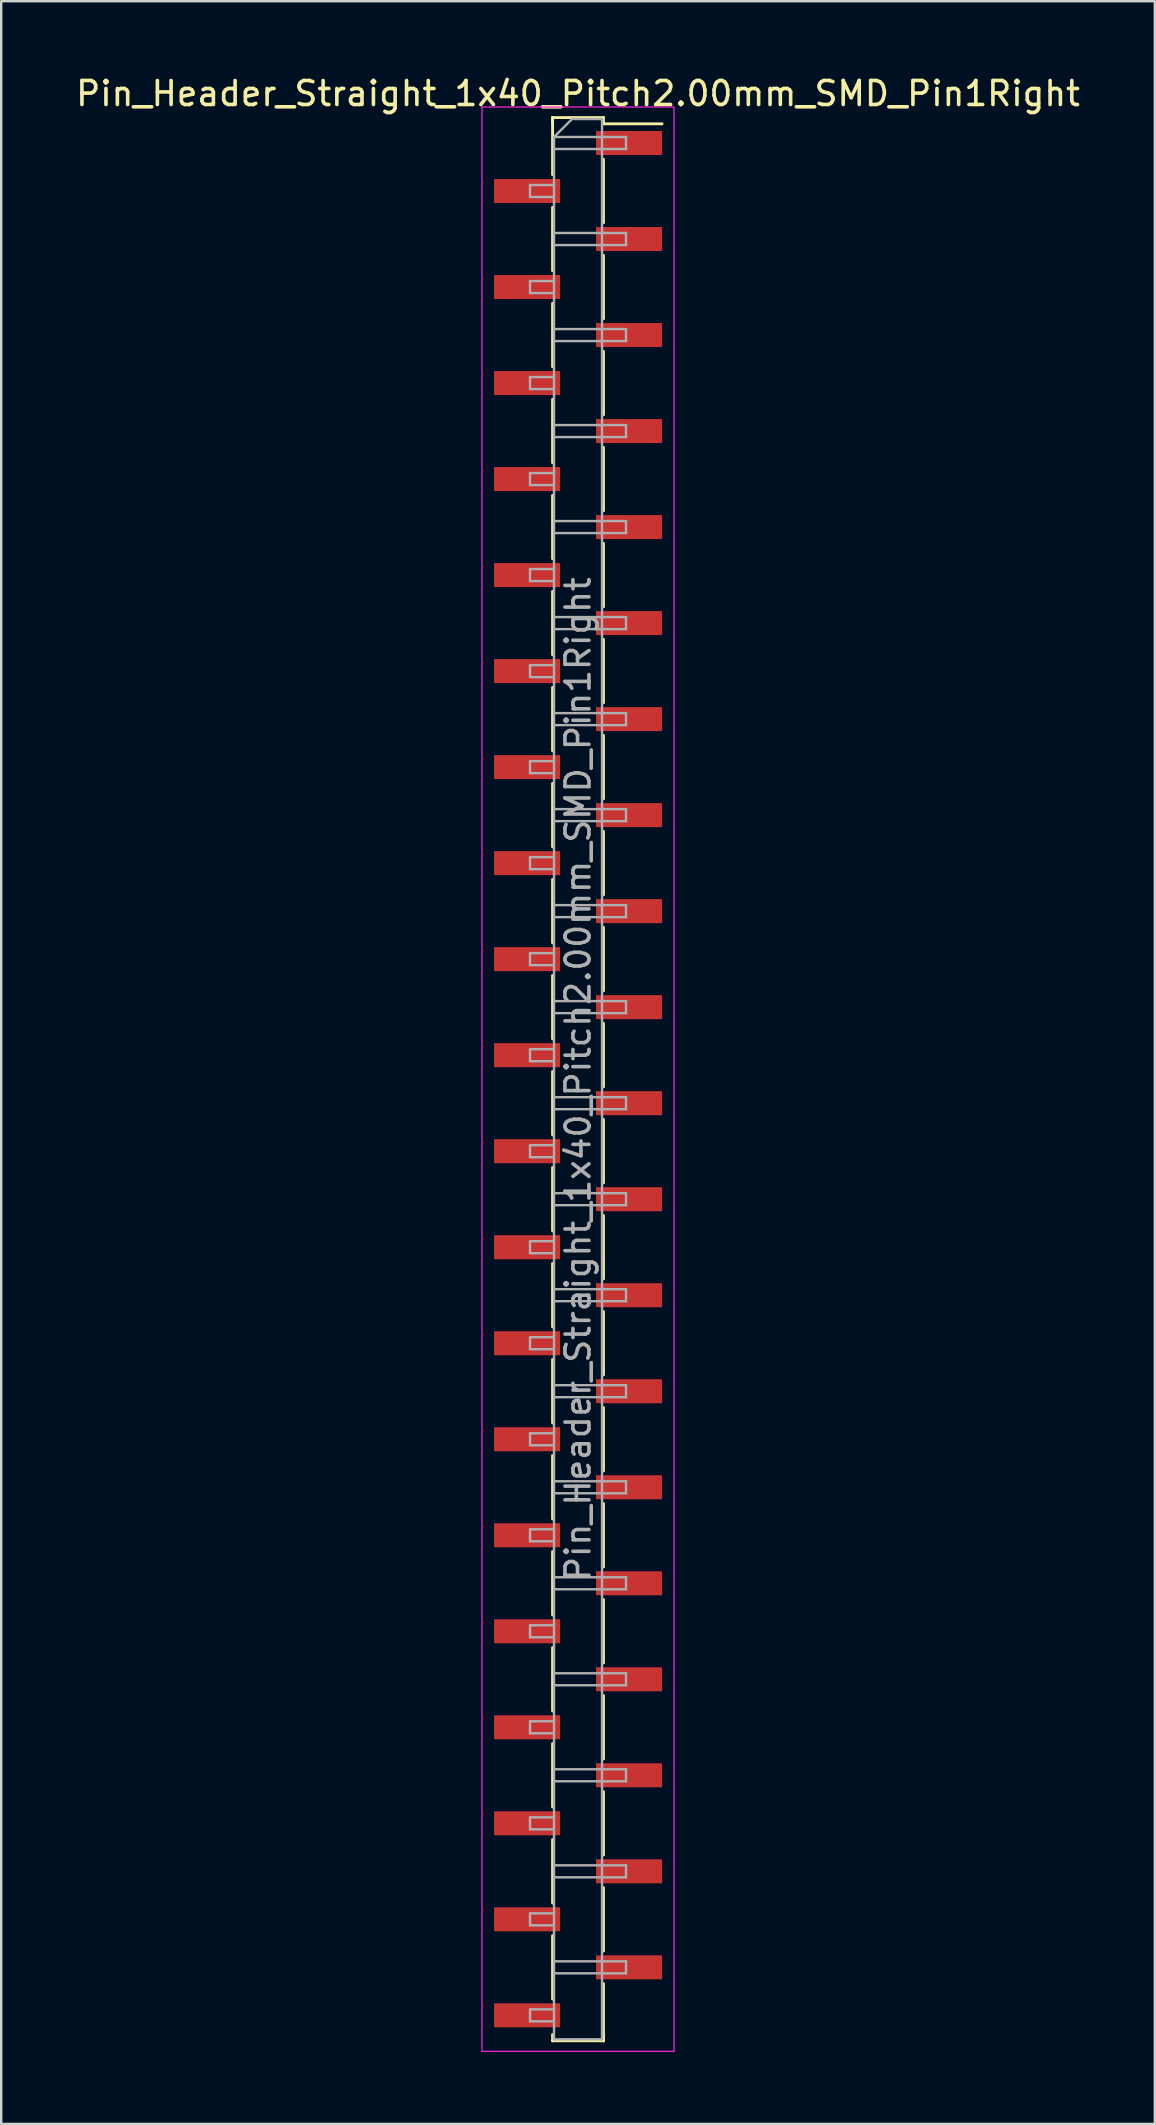
<source format=kicad_pcb>
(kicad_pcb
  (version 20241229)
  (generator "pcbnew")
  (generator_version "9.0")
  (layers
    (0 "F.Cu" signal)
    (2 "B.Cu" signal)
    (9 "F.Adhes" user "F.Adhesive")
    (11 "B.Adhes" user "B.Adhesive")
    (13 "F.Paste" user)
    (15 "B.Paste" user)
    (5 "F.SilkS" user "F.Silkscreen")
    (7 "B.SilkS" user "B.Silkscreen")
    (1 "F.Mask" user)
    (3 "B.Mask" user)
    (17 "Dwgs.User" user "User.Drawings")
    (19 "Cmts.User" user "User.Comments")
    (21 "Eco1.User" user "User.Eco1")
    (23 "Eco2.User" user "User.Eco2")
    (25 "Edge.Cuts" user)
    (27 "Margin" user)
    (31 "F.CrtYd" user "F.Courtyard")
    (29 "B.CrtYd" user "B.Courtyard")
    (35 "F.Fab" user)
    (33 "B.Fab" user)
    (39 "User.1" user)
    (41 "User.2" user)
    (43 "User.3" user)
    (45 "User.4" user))
  (footprint "Pin_Header_Straight_1x40_Pitch2.00mm_SMD_Pin1Right"
    (layer "F.Cu")
    (at 21.03 41.908)
    (property "Reference" "Pin_Header_Straight_1x40_Pitch2.00mm_SMD_Pin1Right" (at 0 -41.06 0) (layer "F.SilkS") (effects (font (size 1 1) (thickness 0.15))))
    (attr smd)
    (fp_line (start -1.06 -40.06) (end -1.06 -37.68) (stroke (width 0.12) (type solid)) (layer "F.SilkS"))
    (fp_line (start -1.06 -40.06) (end 1.06 -40.06) (stroke (width 0.12) (type solid)) (layer "F.SilkS"))
    (fp_line (start -1.06 -39.8) (end -1.06 -40.06) (stroke (width 0.12) (type solid)) (layer "F.SilkS"))
    (fp_line (start -1.06 -36.32) (end -1.06 -33.68) (stroke (width 0.12) (type solid)) (layer "F.SilkS"))
    (fp_line (start -1.06 -32.32) (end -1.06 -29.68) (stroke (width 0.12) (type solid)) (layer "F.SilkS"))
    (fp_line (start -1.06 -28.32) (end -1.06 -25.68) (stroke (width 0.12) (type solid)) (layer "F.SilkS"))
    (fp_line (start -1.06 -24.32) (end -1.06 -21.68) (stroke (width 0.12) (type solid)) (layer "F.SilkS"))
    (fp_line (start -1.06 -20.32) (end -1.06 -17.68) (stroke (width 0.12) (type solid)) (layer "F.SilkS"))
    (fp_line (start -1.06 -16.32) (end -1.06 -13.68) (stroke (width 0.12) (type solid)) (layer "F.SilkS"))
    (fp_line (start -1.06 -12.32) (end -1.06 -9.68) (stroke (width 0.12) (type solid)) (layer "F.SilkS"))
    (fp_line (start -1.06 -8.32) (end -1.06 -5.68) (stroke (width 0.12) (type solid)) (layer "F.SilkS"))
    (fp_line (start -1.06 -4.32) (end -1.06 -1.68) (stroke (width 0.12) (type solid)) (layer "F.SilkS"))
    (fp_line (start -1.06 -0.32) (end -1.06 2.32) (stroke (width 0.12) (type solid)) (layer "F.SilkS"))
    (fp_line (start -1.06 3.68) (end -1.06 6.32) (stroke (width 0.12) (type solid)) (layer "F.SilkS"))
    (fp_line (start -1.06 7.68) (end -1.06 10.32) (stroke (width 0.12) (type solid)) (layer "F.SilkS"))
    (fp_line (start -1.06 11.68) (end -1.06 14.32) (stroke (width 0.12) (type solid)) (layer "F.SilkS"))
    (fp_line (start -1.06 15.68) (end -1.06 18.32) (stroke (width 0.12) (type solid)) (layer "F.SilkS"))
    (fp_line (start -1.06 19.68) (end -1.06 22.32) (stroke (width 0.12) (type solid)) (layer "F.SilkS"))
    (fp_line (start -1.06 23.68) (end -1.06 26.32) (stroke (width 0.12) (type solid)) (layer "F.SilkS"))
    (fp_line (start -1.06 27.68) (end -1.06 30.32) (stroke (width 0.12) (type solid)) (layer "F.SilkS"))
    (fp_line (start -1.06 31.68) (end -1.06 34.32) (stroke (width 0.12) (type solid)) (layer "F.SilkS"))
    (fp_line (start -1.06 35.68) (end -1.06 38.32) (stroke (width 0.12) (type solid)) (layer "F.SilkS"))
    (fp_line (start -1.06 39.8) (end -1.06 40.06) (stroke (width 0.12) (type solid)) (layer "F.SilkS"))
    (fp_line (start -1.06 40.06) (end 1.06 40.06) (stroke (width 0.12) (type solid)) (layer "F.SilkS"))
    (fp_line (start 1.06 -40.06) (end 1.06 -39.8) (stroke (width 0.12) (type solid)) (layer "F.SilkS"))
    (fp_line (start 1.06 -39.8) (end 3.5 -39.8) (stroke (width 0.12) (type solid)) (layer "F.SilkS"))
    (fp_line (start 1.06 -38.32) (end 1.06 -35.68) (stroke (width 0.12) (type solid)) (layer "F.SilkS"))
    (fp_line (start 1.06 -34.32) (end 1.06 -31.68) (stroke (width 0.12) (type solid)) (layer "F.SilkS"))
    (fp_line (start 1.06 -30.32) (end 1.06 -27.68) (stroke (width 0.12) (type solid)) (layer "F.SilkS"))
    (fp_line (start 1.06 -26.32) (end 1.06 -23.68) (stroke (width 0.12) (type solid)) (layer "F.SilkS"))
    (fp_line (start 1.06 -22.32) (end 1.06 -19.68) (stroke (width 0.12) (type solid)) (layer "F.SilkS"))
    (fp_line (start 1.06 -18.32) (end 1.06 -15.68) (stroke (width 0.12) (type solid)) (layer "F.SilkS"))
    (fp_line (start 1.06 -14.32) (end 1.06 -11.68) (stroke (width 0.12) (type solid)) (layer "F.SilkS"))
    (fp_line (start 1.06 -10.32) (end 1.06 -7.68) (stroke (width 0.12) (type solid)) (layer "F.SilkS"))
    (fp_line (start 1.06 -6.32) (end 1.06 -3.68) (stroke (width 0.12) (type solid)) (layer "F.SilkS"))
    (fp_line (start 1.06 -2.32) (end 1.06 0.32) (stroke (width 0.12) (type solid)) (layer "F.SilkS"))
    (fp_line (start 1.06 1.68) (end 1.06 4.32) (stroke (width 0.12) (type solid)) (layer "F.SilkS"))
    (fp_line (start 1.06 5.68) (end 1.06 8.32) (stroke (width 0.12) (type solid)) (layer "F.SilkS"))
    (fp_line (start 1.06 9.68) (end 1.06 12.32) (stroke (width 0.12) (type solid)) (layer "F.SilkS"))
    (fp_line (start 1.06 13.68) (end 1.06 16.32) (stroke (width 0.12) (type solid)) (layer "F.SilkS"))
    (fp_line (start 1.06 17.68) (end 1.06 20.32) (stroke (width 0.12) (type solid)) (layer "F.SilkS"))
    (fp_line (start 1.06 21.68) (end 1.06 24.32) (stroke (width 0.12) (type solid)) (layer "F.SilkS"))
    (fp_line (start 1.06 25.68) (end 1.06 28.32) (stroke (width 0.12) (type solid)) (layer "F.SilkS"))
    (fp_line (start 1.06 29.68) (end 1.06 32.32) (stroke (width 0.12) (type solid)) (layer "F.SilkS"))
    (fp_line (start 1.06 33.68) (end 1.06 36.32) (stroke (width 0.12) (type solid)) (layer "F.SilkS"))
    (fp_line (start 1.06 37.68) (end 1.06 40.06) (stroke (width 0.12) (type solid)) (layer "F.SilkS"))
    (fp_line (start 1.06 40.06) (end 1.06 39.8) (stroke (width 0.12) (type solid)) (layer "F.SilkS"))
    (fp_line (start -4 -40.5) (end -4 40.5) (stroke (width 0.05) (type solid)) (layer "F.CrtYd"))
    (fp_line (start -4 40.5) (end 4 40.5) (stroke (width 0.05) (type solid)) (layer "F.CrtYd"))
    (fp_line (start 4 -40.5) (end -4 -40.5) (stroke (width 0.05) (type solid)) (layer "F.CrtYd"))
    (fp_line (start 4 40.5) (end 4 -40.5) (stroke (width 0.05) (type solid)) (layer "F.CrtYd"))
    (fp_line (start -2 -37.25) (end -2 -36.75) (stroke (width 0.1) (type solid)) (layer "F.Fab"))
    (fp_line (start -2 -36.75) (end -1 -36.75) (stroke (width 0.1) (type solid)) (layer "F.Fab"))
    (fp_line (start -2 -33.25) (end -2 -32.75) (stroke (width 0.1) (type solid)) (layer "F.Fab"))
    (fp_line (start -2 -32.75) (end -1 -32.75) (stroke (width 0.1) (type solid)) (layer "F.Fab"))
    (fp_line (start -2 -29.25) (end -2 -28.75) (stroke (width 0.1) (type solid)) (layer "F.Fab"))
    (fp_line (start -2 -28.75) (end -1 -28.75) (stroke (width 0.1) (type solid)) (layer "F.Fab"))
    (fp_line (start -2 -25.25) (end -2 -24.75) (stroke (width 0.1) (type solid)) (layer "F.Fab"))
    (fp_line (start -2 -24.75) (end -1 -24.75) (stroke (width 0.1) (type solid)) (layer "F.Fab"))
    (fp_line (start -2 -21.25) (end -2 -20.75) (stroke (width 0.1) (type solid)) (layer "F.Fab"))
    (fp_line (start -2 -20.75) (end -1 -20.75) (stroke (width 0.1) (type solid)) (layer "F.Fab"))
    (fp_line (start -2 -17.25) (end -2 -16.75) (stroke (width 0.1) (type solid)) (layer "F.Fab"))
    (fp_line (start -2 -16.75) (end -1 -16.75) (stroke (width 0.1) (type solid)) (layer "F.Fab"))
    (fp_line (start -2 -13.25) (end -2 -12.75) (stroke (width 0.1) (type solid)) (layer "F.Fab"))
    (fp_line (start -2 -12.75) (end -1 -12.75) (stroke (width 0.1) (type solid)) (layer "F.Fab"))
    (fp_line (start -2 -9.25) (end -2 -8.75) (stroke (width 0.1) (type solid)) (layer "F.Fab"))
    (fp_line (start -2 -8.75) (end -1 -8.75) (stroke (width 0.1) (type solid)) (layer "F.Fab"))
    (fp_line (start -2 -5.25) (end -2 -4.75) (stroke (width 0.1) (type solid)) (layer "F.Fab"))
    (fp_line (start -2 -4.75) (end -1 -4.75) (stroke (width 0.1) (type solid)) (layer "F.Fab"))
    (fp_line (start -2 -1.25) (end -2 -0.75) (stroke (width 0.1) (type solid)) (layer "F.Fab"))
    (fp_line (start -2 -0.75) (end -1 -0.75) (stroke (width 0.1) (type solid)) (layer "F.Fab"))
    (fp_line (start -2 2.75) (end -2 3.25) (stroke (width 0.1) (type solid)) (layer "F.Fab"))
    (fp_line (start -2 3.25) (end -1 3.25) (stroke (width 0.1) (type solid)) (layer "F.Fab"))
    (fp_line (start -2 6.75) (end -2 7.25) (stroke (width 0.1) (type solid)) (layer "F.Fab"))
    (fp_line (start -2 7.25) (end -1 7.25) (stroke (width 0.1) (type solid)) (layer "F.Fab"))
    (fp_line (start -2 10.75) (end -2 11.25) (stroke (width 0.1) (type solid)) (layer "F.Fab"))
    (fp_line (start -2 11.25) (end -1 11.25) (stroke (width 0.1) (type solid)) (layer "F.Fab"))
    (fp_line (start -2 14.75) (end -2 15.25) (stroke (width 0.1) (type solid)) (layer "F.Fab"))
    (fp_line (start -2 15.25) (end -1 15.25) (stroke (width 0.1) (type solid)) (layer "F.Fab"))
    (fp_line (start -2 18.75) (end -2 19.25) (stroke (width 0.1) (type solid)) (layer "F.Fab"))
    (fp_line (start -2 19.25) (end -1 19.25) (stroke (width 0.1) (type solid)) (layer "F.Fab"))
    (fp_line (start -2 22.75) (end -2 23.25) (stroke (width 0.1) (type solid)) (layer "F.Fab"))
    (fp_line (start -2 23.25) (end -1 23.25) (stroke (width 0.1) (type solid)) (layer "F.Fab"))
    (fp_line (start -2 26.75) (end -2 27.25) (stroke (width 0.1) (type solid)) (layer "F.Fab"))
    (fp_line (start -2 27.25) (end -1 27.25) (stroke (width 0.1) (type solid)) (layer "F.Fab"))
    (fp_line (start -2 30.75) (end -2 31.25) (stroke (width 0.1) (type solid)) (layer "F.Fab"))
    (fp_line (start -2 31.25) (end -1 31.25) (stroke (width 0.1) (type solid)) (layer "F.Fab"))
    (fp_line (start -2 34.75) (end -2 35.25) (stroke (width 0.1) (type solid)) (layer "F.Fab"))
    (fp_line (start -2 35.25) (end -1 35.25) (stroke (width 0.1) (type solid)) (layer "F.Fab"))
    (fp_line (start -2 38.75) (end -2 39.25) (stroke (width 0.1) (type solid)) (layer "F.Fab"))
    (fp_line (start -2 39.25) (end -1 39.25) (stroke (width 0.1) (type solid)) (layer "F.Fab"))
    (fp_line (start -1 -39.25) (end -0.25 -40) (stroke (width 0.1) (type solid)) (layer "F.Fab"))
    (fp_line (start -1 -39.25) (end 2 -39.25) (stroke (width 0.1) (type solid)) (layer "F.Fab"))
    (fp_line (start -1 -37.25) (end -2 -37.25) (stroke (width 0.1) (type solid)) (layer "F.Fab"))
    (fp_line (start -1 -35.25) (end 2 -35.25) (stroke (width 0.1) (type solid)) (layer "F.Fab"))
    (fp_line (start -1 -33.25) (end -2 -33.25) (stroke (width 0.1) (type solid)) (layer "F.Fab"))
    (fp_line (start -1 -31.25) (end 2 -31.25) (stroke (width 0.1) (type solid)) (layer "F.Fab"))
    (fp_line (start -1 -29.25) (end -2 -29.25) (stroke (width 0.1) (type solid)) (layer "F.Fab"))
    (fp_line (start -1 -27.25) (end 2 -27.25) (stroke (width 0.1) (type solid)) (layer "F.Fab"))
    (fp_line (start -1 -25.25) (end -2 -25.25) (stroke (width 0.1) (type solid)) (layer "F.Fab"))
    (fp_line (start -1 -23.25) (end 2 -23.25) (stroke (width 0.1) (type solid)) (layer "F.Fab"))
    (fp_line (start -1 -21.25) (end -2 -21.25) (stroke (width 0.1) (type solid)) (layer "F.Fab"))
    (fp_line (start -1 -19.25) (end 2 -19.25) (stroke (width 0.1) (type solid)) (layer "F.Fab"))
    (fp_line (start -1 -17.25) (end -2 -17.25) (stroke (width 0.1) (type solid)) (layer "F.Fab"))
    (fp_line (start -1 -15.25) (end 2 -15.25) (stroke (width 0.1) (type solid)) (layer "F.Fab"))
    (fp_line (start -1 -13.25) (end -2 -13.25) (stroke (width 0.1) (type solid)) (layer "F.Fab"))
    (fp_line (start -1 -11.25) (end 2 -11.25) (stroke (width 0.1) (type solid)) (layer "F.Fab"))
    (fp_line (start -1 -9.25) (end -2 -9.25) (stroke (width 0.1) (type solid)) (layer "F.Fab"))
    (fp_line (start -1 -7.25) (end 2 -7.25) (stroke (width 0.1) (type solid)) (layer "F.Fab"))
    (fp_line (start -1 -5.25) (end -2 -5.25) (stroke (width 0.1) (type solid)) (layer "F.Fab"))
    (fp_line (start -1 -3.25) (end 2 -3.25) (stroke (width 0.1) (type solid)) (layer "F.Fab"))
    (fp_line (start -1 -1.25) (end -2 -1.25) (stroke (width 0.1) (type solid)) (layer "F.Fab"))
    (fp_line (start -1 0.75) (end 2 0.75) (stroke (width 0.1) (type solid)) (layer "F.Fab"))
    (fp_line (start -1 2.75) (end -2 2.75) (stroke (width 0.1) (type solid)) (layer "F.Fab"))
    (fp_line (start -1 4.75) (end 2 4.75) (stroke (width 0.1) (type solid)) (layer "F.Fab"))
    (fp_line (start -1 6.75) (end -2 6.75) (stroke (width 0.1) (type solid)) (layer "F.Fab"))
    (fp_line (start -1 8.75) (end 2 8.75) (stroke (width 0.1) (type solid)) (layer "F.Fab"))
    (fp_line (start -1 10.75) (end -2 10.75) (stroke (width 0.1) (type solid)) (layer "F.Fab"))
    (fp_line (start -1 12.75) (end 2 12.75) (stroke (width 0.1) (type solid)) (layer "F.Fab"))
    (fp_line (start -1 14.75) (end -2 14.75) (stroke (width 0.1) (type solid)) (layer "F.Fab"))
    (fp_line (start -1 16.75) (end 2 16.75) (stroke (width 0.1) (type solid)) (layer "F.Fab"))
    (fp_line (start -1 18.75) (end -2 18.75) (stroke (width 0.1) (type solid)) (layer "F.Fab"))
    (fp_line (start -1 20.75) (end 2 20.75) (stroke (width 0.1) (type solid)) (layer "F.Fab"))
    (fp_line (start -1 22.75) (end -2 22.75) (stroke (width 0.1) (type solid)) (layer "F.Fab"))
    (fp_line (start -1 24.75) (end 2 24.75) (stroke (width 0.1) (type solid)) (layer "F.Fab"))
    (fp_line (start -1 26.75) (end -2 26.75) (stroke (width 0.1) (type solid)) (layer "F.Fab"))
    (fp_line (start -1 28.75) (end 2 28.75) (stroke (width 0.1) (type solid)) (layer "F.Fab"))
    (fp_line (start -1 30.75) (end -2 30.75) (stroke (width 0.1) (type solid)) (layer "F.Fab"))
    (fp_line (start -1 32.75) (end 2 32.75) (stroke (width 0.1) (type solid)) (layer "F.Fab"))
    (fp_line (start -1 34.75) (end -2 34.75) (stroke (width 0.1) (type solid)) (layer "F.Fab"))
    (fp_line (start -1 36.75) (end 2 36.75) (stroke (width 0.1) (type solid)) (layer "F.Fab"))
    (fp_line (start -1 38.75) (end -2 38.75) (stroke (width 0.1) (type solid)) (layer "F.Fab"))
    (fp_line (start -1 40) (end -1 -39.25) (stroke (width 0.1) (type solid)) (layer "F.Fab"))
    (fp_line (start -0.25 -40) (end 1 -40) (stroke (width 0.1) (type solid)) (layer "F.Fab"))
    (fp_line (start 1 -40) (end 1 40) (stroke (width 0.1) (type solid)) (layer "F.Fab"))
    (fp_line (start 1 40) (end -1 40) (stroke (width 0.1) (type solid)) (layer "F.Fab"))
    (fp_line (start 2 -39.25) (end 2 -38.75) (stroke (width 0.1) (type solid)) (layer "F.Fab"))
    (fp_line (start 2 -38.75) (end -1 -38.75) (stroke (width 0.1) (type solid)) (layer "F.Fab"))
    (fp_line (start 2 -35.25) (end 2 -34.75) (stroke (width 0.1) (type solid)) (layer "F.Fab"))
    (fp_line (start 2 -34.75) (end -1 -34.75) (stroke (width 0.1) (type solid)) (layer "F.Fab"))
    (fp_line (start 2 -31.25) (end 2 -30.75) (stroke (width 0.1) (type solid)) (layer "F.Fab"))
    (fp_line (start 2 -30.75) (end -1 -30.75) (stroke (width 0.1) (type solid)) (layer "F.Fab"))
    (fp_line (start 2 -27.25) (end 2 -26.75) (stroke (width 0.1) (type solid)) (layer "F.Fab"))
    (fp_line (start 2 -26.75) (end -1 -26.75) (stroke (width 0.1) (type solid)) (layer "F.Fab"))
    (fp_line (start 2 -23.25) (end 2 -22.75) (stroke (width 0.1) (type solid)) (layer "F.Fab"))
    (fp_line (start 2 -22.75) (end -1 -22.75) (stroke (width 0.1) (type solid)) (layer "F.Fab"))
    (fp_line (start 2 -19.25) (end 2 -18.75) (stroke (width 0.1) (type solid)) (layer "F.Fab"))
    (fp_line (start 2 -18.75) (end -1 -18.75) (stroke (width 0.1) (type solid)) (layer "F.Fab"))
    (fp_line (start 2 -15.25) (end 2 -14.75) (stroke (width 0.1) (type solid)) (layer "F.Fab"))
    (fp_line (start 2 -14.75) (end -1 -14.75) (stroke (width 0.1) (type solid)) (layer "F.Fab"))
    (fp_line (start 2 -11.25) (end 2 -10.75) (stroke (width 0.1) (type solid)) (layer "F.Fab"))
    (fp_line (start 2 -10.75) (end -1 -10.75) (stroke (width 0.1) (type solid)) (layer "F.Fab"))
    (fp_line (start 2 -7.25) (end 2 -6.75) (stroke (width 0.1) (type solid)) (layer "F.Fab"))
    (fp_line (start 2 -6.75) (end -1 -6.75) (stroke (width 0.1) (type solid)) (layer "F.Fab"))
    (fp_line (start 2 -3.25) (end 2 -2.75) (stroke (width 0.1) (type solid)) (layer "F.Fab"))
    (fp_line (start 2 -2.75) (end -1 -2.75) (stroke (width 0.1) (type solid)) (layer "F.Fab"))
    (fp_line (start 2 0.75) (end 2 1.25) (stroke (width 0.1) (type solid)) (layer "F.Fab"))
    (fp_line (start 2 1.25) (end -1 1.25) (stroke (width 0.1) (type solid)) (layer "F.Fab"))
    (fp_line (start 2 4.75) (end 2 5.25) (stroke (width 0.1) (type solid)) (layer "F.Fab"))
    (fp_line (start 2 5.25) (end -1 5.25) (stroke (width 0.1) (type solid)) (layer "F.Fab"))
    (fp_line (start 2 8.75) (end 2 9.25) (stroke (width 0.1) (type solid)) (layer "F.Fab"))
    (fp_line (start 2 9.25) (end -1 9.25) (stroke (width 0.1) (type solid)) (layer "F.Fab"))
    (fp_line (start 2 12.75) (end 2 13.25) (stroke (width 0.1) (type solid)) (layer "F.Fab"))
    (fp_line (start 2 13.25) (end -1 13.25) (stroke (width 0.1) (type solid)) (layer "F.Fab"))
    (fp_line (start 2 16.75) (end 2 17.25) (stroke (width 0.1) (type solid)) (layer "F.Fab"))
    (fp_line (start 2 17.25) (end -1 17.25) (stroke (width 0.1) (type solid)) (layer "F.Fab"))
    (fp_line (start 2 20.75) (end 2 21.25) (stroke (width 0.1) (type solid)) (layer "F.Fab"))
    (fp_line (start 2 21.25) (end -1 21.25) (stroke (width 0.1) (type solid)) (layer "F.Fab"))
    (fp_line (start 2 24.75) (end 2 25.25) (stroke (width 0.1) (type solid)) (layer "F.Fab"))
    (fp_line (start 2 25.25) (end -1 25.25) (stroke (width 0.1) (type solid)) (layer "F.Fab"))
    (fp_line (start 2 28.75) (end 2 29.25) (stroke (width 0.1) (type solid)) (layer "F.Fab"))
    (fp_line (start 2 29.25) (end -1 29.25) (stroke (width 0.1) (type solid)) (layer "F.Fab"))
    (fp_line (start 2 32.75) (end 2 33.25) (stroke (width 0.1) (type solid)) (layer "F.Fab"))
    (fp_line (start 2 33.25) (end -1 33.25) (stroke (width 0.1) (type solid)) (layer "F.Fab"))
    (fp_line (start 2 36.75) (end 2 37.25) (stroke (width 0.1) (type solid)) (layer "F.Fab"))
    (fp_line (start 2 37.25) (end -1 37.25) (stroke (width 0.1) (type solid)) (layer "F.Fab"))
    (fp_text user "${REFERENCE}" (at 0 0 90) (layer "F.Fab") (effects (font (size 1 1) (thickness 0.15))))
    (pad "1" smd rect (at 2.125 -39) (size 2.75 1) (layers "F.Cu" "F.Mask"))
    (pad "2" smd rect (at -2.125 -37) (size 2.75 1) (layers "F.Cu" "F.Mask"))
    (pad "3" smd rect (at 2.125 -35) (size 2.75 1) (layers "F.Cu" "F.Mask"))
    (pad "4" smd rect (at -2.125 -33) (size 2.75 1) (layers "F.Cu" "F.Mask"))
    (pad "5" smd rect (at 2.125 -31) (size 2.75 1) (layers "F.Cu" "F.Mask"))
    (pad "6" smd rect (at -2.125 -29) (size 2.75 1) (layers "F.Cu" "F.Mask"))
    (pad "7" smd rect (at 2.125 -27) (size 2.75 1) (layers "F.Cu" "F.Mask"))
    (pad "8" smd rect (at -2.125 -25) (size 2.75 1) (layers "F.Cu" "F.Mask"))
    (pad "9" smd rect (at 2.125 -23) (size 2.75 1) (layers "F.Cu" "F.Mask"))
    (pad "10" smd rect (at -2.125 -21) (size 2.75 1) (layers "F.Cu" "F.Mask"))
    (pad "11" smd rect (at 2.125 -19) (size 2.75 1) (layers "F.Cu" "F.Mask"))
    (pad "12" smd rect (at -2.125 -17) (size 2.75 1) (layers "F.Cu" "F.Mask"))
    (pad "13" smd rect (at 2.125 -15) (size 2.75 1) (layers "F.Cu" "F.Mask"))
    (pad "14" smd rect (at -2.125 -13) (size 2.75 1) (layers "F.Cu" "F.Mask"))
    (pad "15" smd rect (at 2.125 -11) (size 2.75 1) (layers "F.Cu" "F.Mask"))
    (pad "16" smd rect (at -2.125 -9) (size 2.75 1) (layers "F.Cu" "F.Mask"))
    (pad "17" smd rect (at 2.125 -7) (size 2.75 1) (layers "F.Cu" "F.Mask"))
    (pad "18" smd rect (at -2.125 -5) (size 2.75 1) (layers "F.Cu" "F.Mask"))
    (pad "19" smd rect (at 2.125 -3) (size 2.75 1) (layers "F.Cu" "F.Mask"))
    (pad "20" smd rect (at -2.125 -1) (size 2.75 1) (layers "F.Cu" "F.Mask"))
    (pad "21" smd rect (at 2.125 1) (size 2.75 1) (layers "F.Cu" "F.Mask"))
    (pad "22" smd rect (at -2.125 3) (size 2.75 1) (layers "F.Cu" "F.Mask"))
    (pad "23" smd rect (at 2.125 5) (size 2.75 1) (layers "F.Cu" "F.Mask"))
    (pad "24" smd rect (at -2.125 7) (size 2.75 1) (layers "F.Cu" "F.Mask"))
    (pad "25" smd rect (at 2.125 9) (size 2.75 1) (layers "F.Cu" "F.Mask"))
    (pad "26" smd rect (at -2.125 11) (size 2.75 1) (layers "F.Cu" "F.Mask"))
    (pad "27" smd rect (at 2.125 13) (size 2.75 1) (layers "F.Cu" "F.Mask"))
    (pad "28" smd rect (at -2.125 15) (size 2.75 1) (layers "F.Cu" "F.Mask"))
    (pad "29" smd rect (at 2.125 17) (size 2.75 1) (layers "F.Cu" "F.Mask"))
    (pad "30" smd rect (at -2.125 19) (size 2.75 1) (layers "F.Cu" "F.Mask"))
    (pad "31" smd rect (at 2.125 21) (size 2.75 1) (layers "F.Cu" "F.Mask"))
    (pad "32" smd rect (at -2.125 23) (size 2.75 1) (layers "F.Cu" "F.Mask"))
    (pad "33" smd rect (at 2.125 25) (size 2.75 1) (layers "F.Cu" "F.Mask"))
    (pad "34" smd rect (at -2.125 27) (size 2.75 1) (layers "F.Cu" "F.Mask"))
    (pad "35" smd rect (at 2.125 29) (size 2.75 1) (layers "F.Cu" "F.Mask"))
    (pad "36" smd rect (at -2.125 31) (size 2.75 1) (layers "F.Cu" "F.Mask"))
    (pad "37" smd rect (at 2.125 33) (size 2.75 1) (layers "F.Cu" "F.Mask"))
    (pad "38" smd rect (at -2.125 35) (size 2.75 1) (layers "F.Cu" "F.Mask"))
    (pad "39" smd rect (at 2.125 37) (size 2.75 1) (layers "F.Cu" "F.Mask"))
    (pad "40" smd rect (at -2.125 39) (size 2.75 1) (layers "F.Cu" "F.Mask")))
  (gr_rect
    (start -3 -3)
    (end 45.06 85.433)
    (stroke (width 0.1) (type default))
    (fill no)
    (layer "Edge.Cuts")))
</source>
